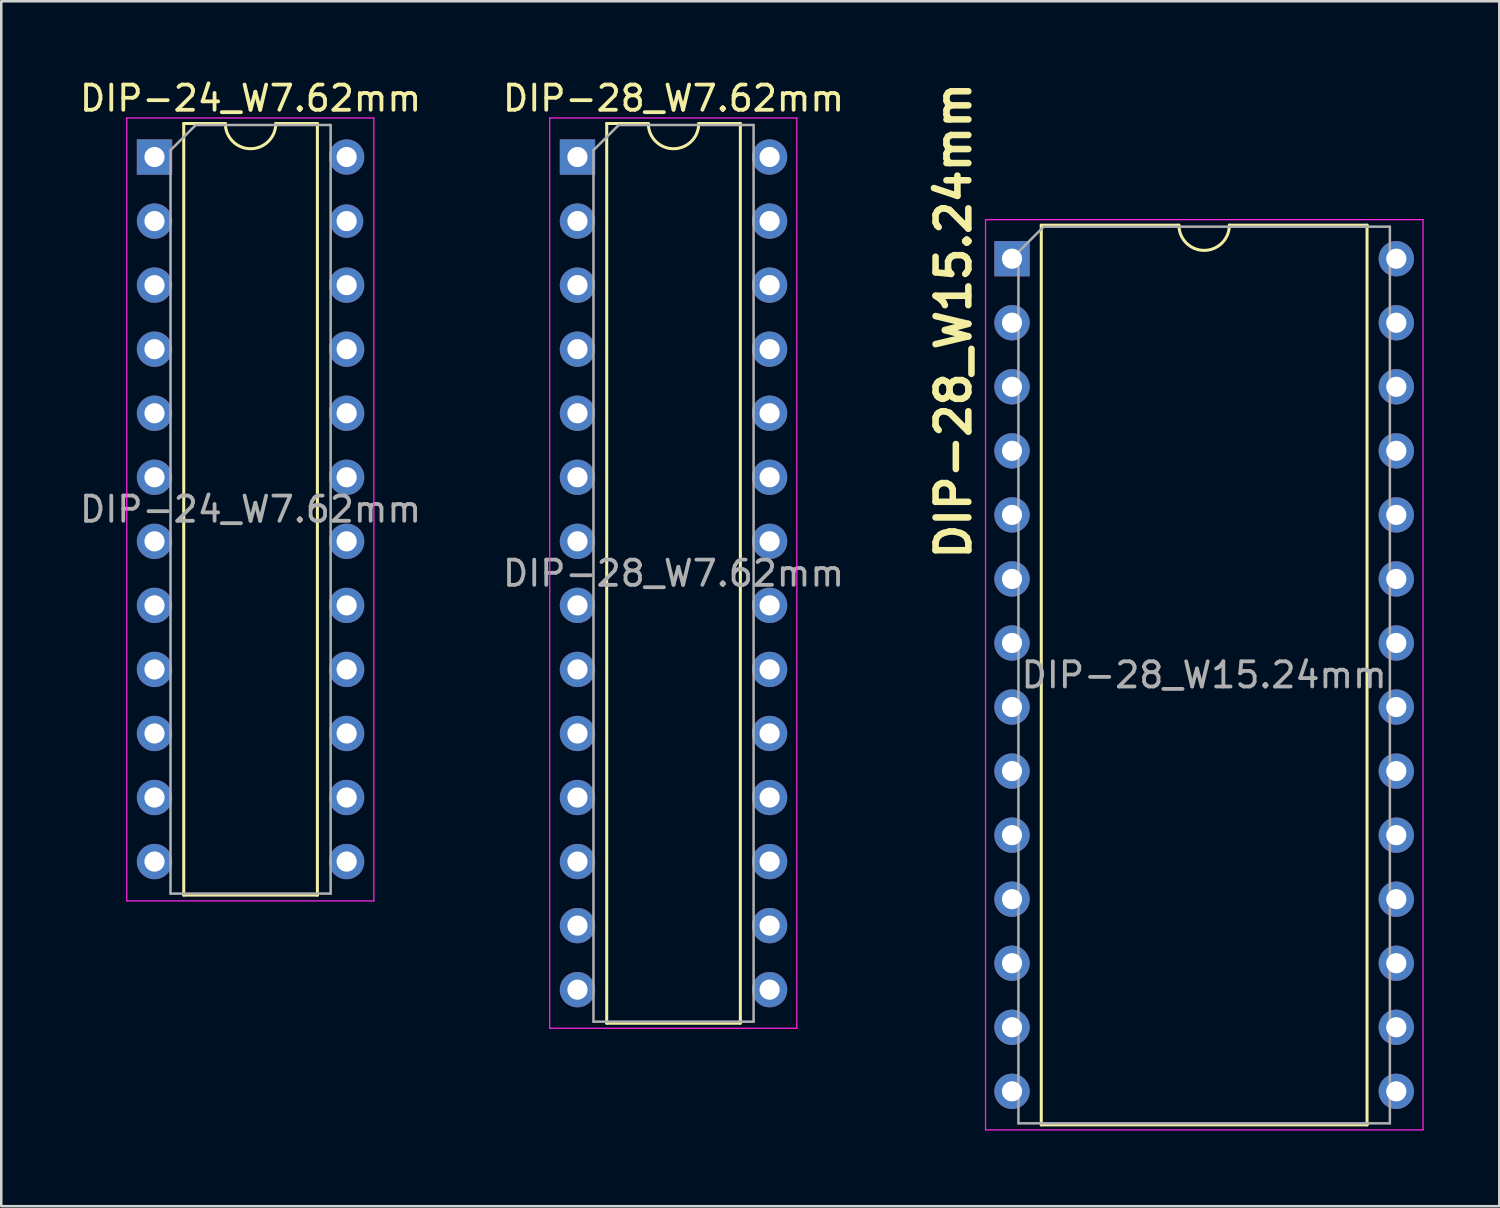
<source format=kicad_pcb>
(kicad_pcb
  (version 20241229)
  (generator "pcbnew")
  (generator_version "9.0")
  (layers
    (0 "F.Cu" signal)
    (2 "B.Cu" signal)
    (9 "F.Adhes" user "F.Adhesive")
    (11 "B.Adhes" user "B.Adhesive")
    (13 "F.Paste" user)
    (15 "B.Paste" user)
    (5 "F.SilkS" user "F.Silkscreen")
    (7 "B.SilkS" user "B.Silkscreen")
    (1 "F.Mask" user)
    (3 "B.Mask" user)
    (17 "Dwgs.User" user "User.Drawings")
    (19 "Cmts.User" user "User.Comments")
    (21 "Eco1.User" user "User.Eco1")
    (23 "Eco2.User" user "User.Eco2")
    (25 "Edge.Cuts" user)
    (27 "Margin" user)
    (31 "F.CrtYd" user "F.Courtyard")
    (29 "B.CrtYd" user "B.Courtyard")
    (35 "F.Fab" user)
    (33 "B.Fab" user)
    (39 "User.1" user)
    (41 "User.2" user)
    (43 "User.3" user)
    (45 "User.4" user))
  (footprint "DIP-24_W7.62mm"
    (layer "F.Cu")
    (at 3.077 3.178)
    (property "Reference" "DIP-24_W7.62mm" (at 3.81 -2.33 0) (layer "F.SilkS") (effects (font (size 1 1) (thickness 0.15))))
    (attr through_hole)
    (fp_line (start 1.16 -1.33) (end 1.16 29.27) (stroke (width 0.12) (type solid)) (layer "F.SilkS"))
    (fp_line (start 1.16 29.27) (end 6.46 29.27) (stroke (width 0.12) (type solid)) (layer "F.SilkS"))
    (fp_line (start 2.81 -1.33) (end 1.16 -1.33) (stroke (width 0.12) (type solid)) (layer "F.SilkS"))
    (fp_line (start 6.46 -1.33) (end 4.81 -1.33) (stroke (width 0.12) (type solid)) (layer "F.SilkS"))
    (fp_line (start 6.46 29.27) (end 6.46 -1.33) (stroke (width 0.12) (type solid)) (layer "F.SilkS"))
    (fp_arc (start 4.81 -1.33) (mid 3.81 -0.33) (end 2.81 -1.33) (stroke (width 0.12) (type solid)) (layer "F.SilkS"))
    (fp_line (start -1.1 -1.55) (end -1.1 29.5) (stroke (width 0.05) (type solid)) (layer "F.CrtYd"))
    (fp_line (start -1.1 29.5) (end 8.7 29.5) (stroke (width 0.05) (type solid)) (layer "F.CrtYd"))
    (fp_line (start 8.7 -1.55) (end -1.1 -1.55) (stroke (width 0.05) (type solid)) (layer "F.CrtYd"))
    (fp_line (start 8.7 29.5) (end 8.7 -1.55) (stroke (width 0.05) (type solid)) (layer "F.CrtYd"))
    (fp_line (start 0.635 -0.27) (end 1.635 -1.27) (stroke (width 0.1) (type solid)) (layer "F.Fab"))
    (fp_line (start 0.635 29.21) (end 0.635 -0.27) (stroke (width 0.1) (type solid)) (layer "F.Fab"))
    (fp_line (start 1.635 -1.27) (end 6.985 -1.27) (stroke (width 0.1) (type solid)) (layer "F.Fab"))
    (fp_line (start 6.985 -1.27) (end 6.985 29.21) (stroke (width 0.1) (type solid)) (layer "F.Fab"))
    (fp_line (start 6.985 29.21) (end 0.635 29.21) (stroke (width 0.1) (type solid)) (layer "F.Fab"))
    (fp_text user "${REFERENCE}" (at 3.81 13.97 0) (layer "F.Fab") (effects (font (size 1 1) (thickness 0.15))))
    (pad "1" thru_hole rect (at 0 0) (size 1.4 1.4) (drill 0.8) (layers "*.Cu" "*.Mask"))
    (pad "2" thru_hole circle (at 0 2.54) (size 1.4 1.4) (drill 0.8) (layers "*.Cu" "*.Mask"))
    (pad "3" thru_hole circle (at 0 5.08) (size 1.4 1.4) (drill 0.8) (layers "*.Cu" "*.Mask"))
    (pad "4" thru_hole circle (at 0 7.62) (size 1.4 1.4) (drill 0.8) (layers "*.Cu" "*.Mask"))
    (pad "5" thru_hole circle (at 0 10.16) (size 1.4 1.4) (drill 0.8) (layers "*.Cu" "*.Mask"))
    (pad "6" thru_hole circle (at 0 12.7) (size 1.4 1.4) (drill 0.8) (layers "*.Cu" "*.Mask"))
    (pad "7" thru_hole circle (at 0 15.24) (size 1.4 1.4) (drill 0.8) (layers "*.Cu" "*.Mask"))
    (pad "8" thru_hole circle (at 0 17.78) (size 1.4 1.4) (drill 0.8) (layers "*.Cu" "*.Mask"))
    (pad "9" thru_hole circle (at 0 20.32) (size 1.4 1.4) (drill 0.8) (layers "*.Cu" "*.Mask"))
    (pad "10" thru_hole circle (at 0 22.86) (size 1.4 1.4) (drill 0.8) (layers "*.Cu" "*.Mask"))
    (pad "11" thru_hole circle (at 0 25.4) (size 1.4 1.4) (drill 0.8) (layers "*.Cu" "*.Mask"))
    (pad "12" thru_hole circle (at 0 27.94) (size 1.4 1.4) (drill 0.8) (layers "*.Cu" "*.Mask"))
    (pad "13" thru_hole circle (at 7.62 27.94) (size 1.4 1.4) (drill 0.8) (layers "*.Cu" "*.Mask"))
    (pad "14" thru_hole circle (at 7.62 25.4) (size 1.4 1.4) (drill 0.8) (layers "*.Cu" "*.Mask"))
    (pad "15" thru_hole circle (at 7.62 22.86) (size 1.4 1.4) (drill 0.8) (layers "*.Cu" "*.Mask"))
    (pad "16" thru_hole circle (at 7.62 20.32) (size 1.4 1.4) (drill 0.8) (layers "*.Cu" "*.Mask"))
    (pad "17" thru_hole circle (at 7.62 17.78) (size 1.4 1.4) (drill 0.8) (layers "*.Cu" "*.Mask"))
    (pad "18" thru_hole circle (at 7.62 15.24) (size 1.4 1.4) (drill 0.8) (layers "*.Cu" "*.Mask"))
    (pad "19" thru_hole circle (at 7.62 12.7) (size 1.4 1.4) (drill 0.8) (layers "*.Cu" "*.Mask"))
    (pad "20" thru_hole circle (at 7.62 10.16) (size 1.4 1.4) (drill 0.8) (layers "*.Cu" "*.Mask"))
    (pad "21" thru_hole circle (at 7.62 7.62) (size 1.4 1.4) (drill 0.8) (layers "*.Cu" "*.Mask"))
    (pad "22" thru_hole circle (at 7.62 5.08) (size 1.4 1.4) (drill 0.8) (layers "*.Cu" "*.Mask"))
    (pad "23" thru_hole circle (at 7.62 2.54) (size 1.32 1.32) (drill 0.8) (layers "*.Cu" "*.Mask"))
    (pad "24" thru_hole circle (at 7.62 0) (size 1.4 1.4) (drill 0.8) (layers "*.Cu" "*.Mask")))
  (footprint "DIP-28_W7.62mm"
    (layer "F.Cu")
    (at 19.851 3.178)
    (property "Reference" "DIP-28_W7.62mm" (at 3.81 -2.33 0) (layer "F.SilkS") (effects (font (size 1 1) (thickness 0.15))))
    (attr through_hole)
    (fp_line (start 1.16 -1.33) (end 1.16 34.35) (stroke (width 0.12) (type solid)) (layer "F.SilkS"))
    (fp_line (start 1.16 34.35) (end 6.46 34.35) (stroke (width 0.12) (type solid)) (layer "F.SilkS"))
    (fp_line (start 2.81 -1.33) (end 1.16 -1.33) (stroke (width 0.12) (type solid)) (layer "F.SilkS"))
    (fp_line (start 6.46 -1.33) (end 4.81 -1.33) (stroke (width 0.12) (type solid)) (layer "F.SilkS"))
    (fp_line (start 6.46 34.35) (end 6.46 -1.33) (stroke (width 0.12) (type solid)) (layer "F.SilkS"))
    (fp_arc (start 4.81 -1.33) (mid 3.81 -0.33) (end 2.81 -1.33) (stroke (width 0.12) (type solid)) (layer "F.SilkS"))
    (fp_line (start -1.1 -1.55) (end -1.1 34.55) (stroke (width 0.05) (type solid)) (layer "F.CrtYd"))
    (fp_line (start -1.1 34.55) (end 8.7 34.55) (stroke (width 0.05) (type solid)) (layer "F.CrtYd"))
    (fp_line (start 8.7 -1.55) (end -1.1 -1.55) (stroke (width 0.05) (type solid)) (layer "F.CrtYd"))
    (fp_line (start 8.7 34.55) (end 8.7 -1.55) (stroke (width 0.05) (type solid)) (layer "F.CrtYd"))
    (fp_line (start 0.635 -0.27) (end 1.635 -1.27) (stroke (width 0.1) (type solid)) (layer "F.Fab"))
    (fp_line (start 0.635 34.29) (end 0.635 -0.27) (stroke (width 0.1) (type solid)) (layer "F.Fab"))
    (fp_line (start 1.635 -1.27) (end 6.985 -1.27) (stroke (width 0.1) (type solid)) (layer "F.Fab"))
    (fp_line (start 6.985 -1.27) (end 6.985 34.29) (stroke (width 0.1) (type solid)) (layer "F.Fab"))
    (fp_line (start 6.985 34.29) (end 0.635 34.29) (stroke (width 0.1) (type solid)) (layer "F.Fab"))
    (fp_text user "${REFERENCE}" (at 3.81 16.51 0) (layer "F.Fab") (effects (font (size 1 1) (thickness 0.15))))
    (pad "1" thru_hole rect (at 0 0) (size 1.4 1.4) (drill 0.8) (layers "*.Cu" "*.Mask"))
    (pad "2" thru_hole circle (at 0 2.54) (size 1.4 1.4) (drill 0.8) (layers "*.Cu" "*.Mask"))
    (pad "3" thru_hole circle (at 0 5.08) (size 1.4 1.4) (drill 0.8) (layers "*.Cu" "*.Mask"))
    (pad "4" thru_hole circle (at 0 7.62) (size 1.4 1.4) (drill 0.8) (layers "*.Cu" "*.Mask"))
    (pad "5" thru_hole circle (at 0 10.16) (size 1.4 1.4) (drill 0.8) (layers "*.Cu" "*.Mask"))
    (pad "6" thru_hole circle (at 0 12.7) (size 1.4 1.4) (drill 0.8) (layers "*.Cu" "*.Mask"))
    (pad "7" thru_hole circle (at 0 15.24) (size 1.4 1.4) (drill 0.8) (layers "*.Cu" "*.Mask"))
    (pad "8" thru_hole circle (at 0 17.78) (size 1.4 1.4) (drill 0.8) (layers "*.Cu" "*.Mask"))
    (pad "9" thru_hole circle (at 0 20.32) (size 1.4 1.4) (drill 0.8) (layers "*.Cu" "*.Mask"))
    (pad "10" thru_hole circle (at 0 22.86) (size 1.4 1.4) (drill 0.8) (layers "*.Cu" "*.Mask"))
    (pad "11" thru_hole circle (at 0 25.4) (size 1.4 1.4) (drill 0.8) (layers "*.Cu" "*.Mask"))
    (pad "12" thru_hole circle (at 0 27.94) (size 1.4 1.4) (drill 0.8) (layers "*.Cu" "*.Mask"))
    (pad "13" thru_hole circle (at 0 30.48) (size 1.4 1.4) (drill 0.8) (layers "*.Cu" "*.Mask"))
    (pad "14" thru_hole circle (at 0 33.02) (size 1.4 1.4) (drill 0.8) (layers "*.Cu" "*.Mask"))
    (pad "15" thru_hole circle (at 7.62 33.02) (size 1.4 1.4) (drill 0.8) (layers "*.Cu" "*.Mask"))
    (pad "16" thru_hole circle (at 7.62 30.48) (size 1.4 1.4) (drill 0.8) (layers "*.Cu" "*.Mask"))
    (pad "17" thru_hole circle (at 7.62 27.94) (size 1.4 1.4) (drill 0.8) (layers "*.Cu" "*.Mask"))
    (pad "18" thru_hole circle (at 7.62 25.4) (size 1.4 1.4) (drill 0.8) (layers "*.Cu" "*.Mask"))
    (pad "19" thru_hole circle (at 7.62 22.86) (size 1.4 1.4) (drill 0.8) (layers "*.Cu" "*.Mask"))
    (pad "20" thru_hole circle (at 7.62 20.32) (size 1.4 1.4) (drill 0.8) (layers "*.Cu" "*.Mask"))
    (pad "21" thru_hole circle (at 7.62 17.78) (size 1.4 1.4) (drill 0.8) (layers "*.Cu" "*.Mask"))
    (pad "22" thru_hole circle (at 7.62 15.24) (size 1.4 1.4) (drill 0.8) (layers "*.Cu" "*.Mask"))
    (pad "23" thru_hole circle (at 7.62 12.7) (size 1.4 1.4) (drill 0.8) (layers "*.Cu" "*.Mask"))
    (pad "24" thru_hole circle (at 7.62 10.16) (size 1.4 1.4) (drill 0.8) (layers "*.Cu" "*.Mask"))
    (pad "25" thru_hole circle (at 7.62 7.62) (size 1.4 1.4) (drill 0.8) (layers "*.Cu" "*.Mask"))
    (pad "26" thru_hole circle (at 7.62 5.08) (size 1.4 1.4) (drill 0.8) (layers "*.Cu" "*.Mask"))
    (pad "27" thru_hole circle (at 7.62 2.54) (size 1.4 1.4) (drill 0.8) (layers "*.Cu" "*.Mask"))
    (pad "28" thru_hole circle (at 7.62 0) (size 1.4 1.4) (drill 0.8) (layers "*.Cu" "*.Mask")))
  (footprint "DIP-28_W15.24mm"
    (layer "F.Cu")
    (at 37.084 7.21)
    (property "Reference" "DIP-28_W15.24mm" (at -2.32 2.46 90) (layer "F.SilkS") (effects (font (size 1.3 1.3) (thickness 0.26) (bold yes))))
    (attr through_hole)
    (fp_line (start 1.16 -1.33) (end 1.16 34.35) (stroke (width 0.12) (type solid)) (layer "F.SilkS"))
    (fp_line (start 1.16 34.35) (end 14.08 34.35) (stroke (width 0.12) (type solid)) (layer "F.SilkS"))
    (fp_line (start 6.62 -1.33) (end 1.16 -1.33) (stroke (width 0.12) (type solid)) (layer "F.SilkS"))
    (fp_line (start 14.08 -1.33) (end 8.62 -1.33) (stroke (width 0.12) (type solid)) (layer "F.SilkS"))
    (fp_line (start 14.08 34.35) (end 14.08 -1.33) (stroke (width 0.12) (type solid)) (layer "F.SilkS"))
    (fp_arc (start 8.62 -1.33) (mid 7.62 -0.33) (end 6.62 -1.33) (stroke (width 0.12) (type solid)) (layer "F.SilkS"))
    (fp_line (start -1.05 -1.55) (end -1.05 34.55) (stroke (width 0.05) (type solid)) (layer "F.CrtYd"))
    (fp_line (start -1.05 34.55) (end 16.3 34.55) (stroke (width 0.05) (type solid)) (layer "F.CrtYd"))
    (fp_line (start 16.3 -1.55) (end -1.05 -1.55) (stroke (width 0.05) (type solid)) (layer "F.CrtYd"))
    (fp_line (start 16.3 34.55) (end 16.3 -1.55) (stroke (width 0.05) (type solid)) (layer "F.CrtYd"))
    (fp_line (start 0.255 -0.27) (end 1.255 -1.27) (stroke (width 0.1) (type solid)) (layer "F.Fab"))
    (fp_line (start 0.255 34.29) (end 0.255 -0.27) (stroke (width 0.1) (type solid)) (layer "F.Fab"))
    (fp_line (start 1.255 -1.27) (end 14.985 -1.27) (stroke (width 0.1) (type solid)) (layer "F.Fab"))
    (fp_line (start 14.985 -1.27) (end 14.985 34.29) (stroke (width 0.1) (type solid)) (layer "F.Fab"))
    (fp_line (start 14.985 34.29) (end 0.255 34.29) (stroke (width 0.1) (type solid)) (layer "F.Fab"))
    (fp_text user "${REFERENCE}" (at 7.62 16.51 0) (layer "F.Fab") (effects (font (size 1 1) (thickness 0.15))))
    (pad "1" thru_hole rect (at 0 0) (size 1.4 1.4) (drill 0.8) (layers "*.Cu" "*.Mask"))
    (pad "2" thru_hole circle (at 0 2.54) (size 1.4 1.4) (drill 0.8) (layers "*.Cu" "*.Mask"))
    (pad "3" thru_hole circle (at 0 5.08) (size 1.4 1.4) (drill 0.8) (layers "*.Cu" "*.Mask"))
    (pad "4" thru_hole circle (at 0 7.62) (size 1.4 1.4) (drill 0.8) (layers "*.Cu" "*.Mask"))
    (pad "5" thru_hole circle (at 0 10.16) (size 1.4 1.4) (drill 0.8) (layers "*.Cu" "*.Mask"))
    (pad "6" thru_hole circle (at 0 12.7) (size 1.4 1.4) (drill 0.8) (layers "*.Cu" "*.Mask"))
    (pad "7" thru_hole circle (at 0 15.24) (size 1.4 1.4) (drill 0.8) (layers "*.Cu" "*.Mask"))
    (pad "8" thru_hole circle (at 0 17.78) (size 1.4 1.4) (drill 0.8) (layers "*.Cu" "*.Mask"))
    (pad "9" thru_hole circle (at 0 20.32) (size 1.4 1.4) (drill 0.8) (layers "*.Cu" "*.Mask"))
    (pad "10" thru_hole circle (at 0 22.86) (size 1.4 1.4) (drill 0.8) (layers "*.Cu" "*.Mask"))
    (pad "11" thru_hole circle (at 0 25.4) (size 1.4 1.4) (drill 0.8) (layers "*.Cu" "*.Mask"))
    (pad "12" thru_hole circle (at 0 27.94) (size 1.4 1.4) (drill 0.8) (layers "*.Cu" "*.Mask"))
    (pad "13" thru_hole circle (at 0 30.48) (size 1.4 1.4) (drill 0.8) (layers "*.Cu" "*.Mask"))
    (pad "14" thru_hole circle (at 0 33.02) (size 1.4 1.4) (drill 0.8) (layers "*.Cu" "*.Mask"))
    (pad "15" thru_hole circle (at 15.24 33.02) (size 1.4 1.4) (drill 0.8) (layers "*.Cu" "*.Mask"))
    (pad "16" thru_hole circle (at 15.24 30.48) (size 1.4 1.4) (drill 0.8) (layers "*.Cu" "*.Mask"))
    (pad "17" thru_hole circle (at 15.24 27.94) (size 1.4 1.4) (drill 0.8) (layers "*.Cu" "*.Mask"))
    (pad "18" thru_hole circle (at 15.24 25.4) (size 1.4 1.4) (drill 0.8) (layers "*.Cu" "*.Mask"))
    (pad "19" thru_hole circle (at 15.24 22.86) (size 1.4 1.4) (drill 0.8) (layers "*.Cu" "*.Mask"))
    (pad "20" thru_hole circle (at 15.24 20.32) (size 1.4 1.4) (drill 0.8) (layers "*.Cu" "*.Mask"))
    (pad "21" thru_hole circle (at 15.24 17.78) (size 1.4 1.4) (drill 0.8) (layers "*.Cu" "*.Mask"))
    (pad "22" thru_hole circle (at 15.24 15.24) (size 1.4 1.4) (drill 0.8) (layers "*.Cu" "*.Mask"))
    (pad "23" thru_hole circle (at 15.24 12.7) (size 1.4 1.4) (drill 0.8) (layers "*.Cu" "*.Mask"))
    (pad "24" thru_hole circle (at 15.24 10.16) (size 1.4 1.4) (drill 0.8) (layers "*.Cu" "*.Mask"))
    (pad "25" thru_hole circle (at 15.24 7.62) (size 1.4 1.4) (drill 0.8) (layers "*.Cu" "*.Mask"))
    (pad "26" thru_hole circle (at 15.24 5.08) (size 1.4 1.4) (drill 0.8) (layers "*.Cu" "*.Mask"))
    (pad "27" thru_hole circle (at 15.24 2.54) (size 1.4 1.4) (drill 0.8) (layers "*.Cu" "*.Mask"))
    (pad "28" thru_hole circle (at 15.24 0) (size 1.4 1.4) (drill 0.8) (layers "*.Cu" "*.Mask")))
  (gr_rect
    (start -3 -3)
    (end 56.409 44.785)
    (stroke (width 0.1) (type default))
    (fill no)
    (layer "Edge.Cuts")))
</source>
